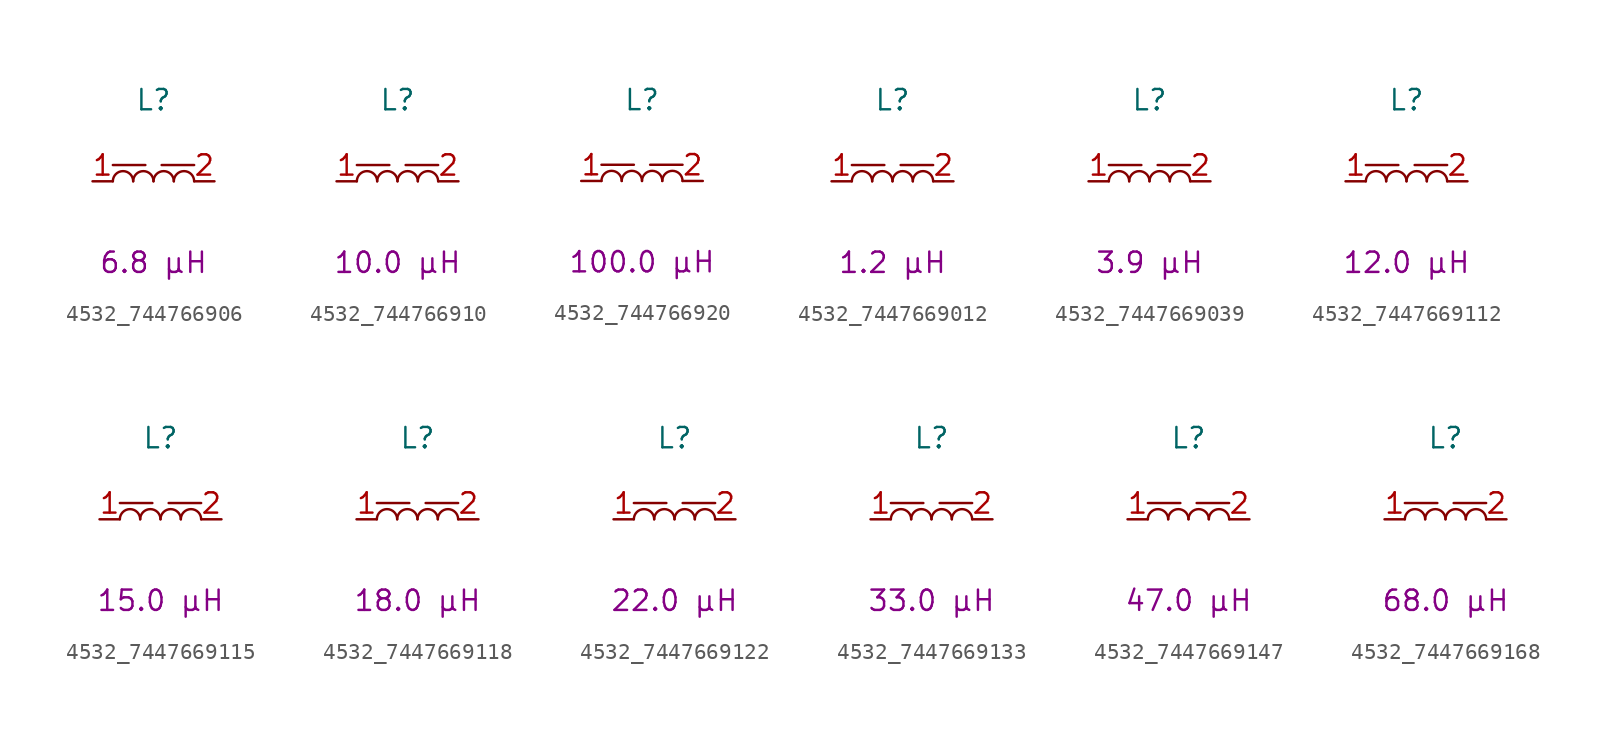
<source format=kicad_sym>
(kicad_symbol_lib
  (version 20220914)
  (generator kicad_symbol_editor)
  (symbol "4532_744766906"
    (pin_names hide)
    (property "Reference" "L"
      (at 0 5.08 0)
      (effects (font (size 1.27 1.27))))
    (property "Critical Parameter" "6.8 µH"
      (at 0 -5.08 0)
      (effects (font (size 1.27 1.27))))
    (symbol "4532_744766906_0_1"
      (arc (start -1.27 0) (mid -1.905 0.6323) (end -2.54 0) (stroke (width 0) (type default)) (fill (type none)))
      (arc (start 0 0) (mid -0.635 0.6323) (end -1.27 0) (stroke (width 0) (type default)) (fill (type none)))
      (polyline (pts (xy -2.54 1.016) (xy -0.508 1.016)) (stroke (width 0) (type default)) (fill (type none)))
      (arc (start 1.27 0) (mid 0.635 0.6323) (end 0 0) (stroke (width 0) (type default)) (fill (type none)))
      (arc (start 2.54 0) (mid 1.905 0.6323) (end 1.27 0) (stroke (width 0) (type default)) (fill (type none))))
    (symbol "4532_744766906_1_1"
      (polyline (pts (xy 2.54 1.016) (xy 0.508 1.016)) (stroke (width 0) (type default)) (fill (type none)))
      (pin passive line (at -3.81 0 0) (length 1.27) (name "1" (effects (font (size 1.27 1.27)))) (number "1" (effects (font (size 1.27 1.27)))))
      (pin passive line (at 3.81 0 180) (length 1.27) (name "2" (effects (font (size 1.27 1.27)))) (number "2" (effects (font (size 1.27 1.27)))))))
  (symbol "4532_744766910"
    (pin_names hide)
    (property "Reference" "L"
      (at 0 5.08 0)
      (effects (font (size 1.27 1.27))))
    (property "Critical Parameter" "10.0 µH"
      (at 0 -5.08 0)
      (effects (font (size 1.27 1.27))))
    (symbol "4532_744766910_0_1"
      (arc (start -1.27 0) (mid -1.905 0.6323) (end -2.54 0) (stroke (width 0) (type default)) (fill (type none)))
      (arc (start 0 0) (mid -0.635 0.6323) (end -1.27 0) (stroke (width 0) (type default)) (fill (type none)))
      (polyline (pts (xy -2.54 1.016) (xy -0.508 1.016)) (stroke (width 0) (type default)) (fill (type none)))
      (arc (start 1.27 0) (mid 0.635 0.6323) (end 0 0) (stroke (width 0) (type default)) (fill (type none)))
      (arc (start 2.54 0) (mid 1.905 0.6323) (end 1.27 0) (stroke (width 0) (type default)) (fill (type none))))
    (symbol "4532_744766910_1_1"
      (polyline (pts (xy 2.54 1.016) (xy 0.508 1.016)) (stroke (width 0) (type default)) (fill (type none)))
      (pin passive line (at -3.81 0 0) (length 1.27) (name "1" (effects (font (size 1.27 1.27)))) (number "1" (effects (font (size 1.27 1.27)))))
      (pin passive line (at 3.81 0 180) (length 1.27) (name "2" (effects (font (size 1.27 1.27)))) (number "2" (effects (font (size 1.27 1.27)))))))
  (symbol "4532_744766920"
    (pin_names hide)
    (property "Reference" "L"
      (at 0 5.08 0)
      (effects (font (size 1.27 1.27))))
    (property "Critical Parameter" "100.0 µH"
      (at 0 -5.08 0)
      (effects (font (size 1.27 1.27))))
    (symbol "4532_744766920_0_1"
      (arc (start -1.27 0) (mid -1.905 0.6323) (end -2.54 0) (stroke (width 0) (type default)) (fill (type none)))
      (arc (start 0 0) (mid -0.635 0.6323) (end -1.27 0) (stroke (width 0) (type default)) (fill (type none)))
      (polyline (pts (xy -2.54 1.016) (xy -0.508 1.016)) (stroke (width 0) (type default)) (fill (type none)))
      (arc (start 1.27 0) (mid 0.635 0.6323) (end 0 0) (stroke (width 0) (type default)) (fill (type none)))
      (arc (start 2.54 0) (mid 1.905 0.6323) (end 1.27 0) (stroke (width 0) (type default)) (fill (type none))))
    (symbol "4532_744766920_1_1"
      (polyline (pts (xy 2.54 1.016) (xy 0.508 1.016)) (stroke (width 0) (type default)) (fill (type none)))
      (pin passive line (at -3.81 0 0) (length 1.27) (name "1" (effects (font (size 1.27 1.27)))) (number "1" (effects (font (size 1.27 1.27)))))
      (pin passive line (at 3.81 0 180) (length 1.27) (name "2" (effects (font (size 1.27 1.27)))) (number "2" (effects (font (size 1.27 1.27)))))))
  (symbol "4532_7447669012"
    (pin_names hide)
    (property "Reference" "L"
      (at 0 5.08 0)
      (effects (font (size 1.27 1.27))))
    (property "Critical Parameter" "1.2 µH"
      (at 0 -5.08 0)
      (effects (font (size 1.27 1.27))))
    (symbol "4532_7447669012_0_1"
      (arc (start -1.27 0) (mid -1.905 0.6323) (end -2.54 0) (stroke (width 0) (type default)) (fill (type none)))
      (arc (start 0 0) (mid -0.635 0.6323) (end -1.27 0) (stroke (width 0) (type default)) (fill (type none)))
      (polyline (pts (xy -2.54 1.016) (xy -0.508 1.016)) (stroke (width 0) (type default)) (fill (type none)))
      (arc (start 1.27 0) (mid 0.635 0.6323) (end 0 0) (stroke (width 0) (type default)) (fill (type none)))
      (arc (start 2.54 0) (mid 1.905 0.6323) (end 1.27 0) (stroke (width 0) (type default)) (fill (type none))))
    (symbol "4532_7447669012_1_1"
      (polyline (pts (xy 2.54 1.016) (xy 0.508 1.016)) (stroke (width 0) (type default)) (fill (type none)))
      (pin passive line (at -3.81 0 0) (length 1.27) (name "1" (effects (font (size 1.27 1.27)))) (number "1" (effects (font (size 1.27 1.27)))))
      (pin passive line (at 3.81 0 180) (length 1.27) (name "2" (effects (font (size 1.27 1.27)))) (number "2" (effects (font (size 1.27 1.27)))))))
  (symbol "4532_7447669039"
    (pin_names hide)
    (property "Reference" "L"
      (at 0 5.08 0)
      (effects (font (size 1.27 1.27))))
    (property "Critical Parameter" "3.9 µH"
      (at 0 -5.08 0)
      (effects (font (size 1.27 1.27))))
    (symbol "4532_7447669039_0_1"
      (arc (start -1.27 0) (mid -1.905 0.6323) (end -2.54 0) (stroke (width 0) (type default)) (fill (type none)))
      (arc (start 0 0) (mid -0.635 0.6323) (end -1.27 0) (stroke (width 0) (type default)) (fill (type none)))
      (polyline (pts (xy -2.54 1.016) (xy -0.508 1.016)) (stroke (width 0) (type default)) (fill (type none)))
      (arc (start 1.27 0) (mid 0.635 0.6323) (end 0 0) (stroke (width 0) (type default)) (fill (type none)))
      (arc (start 2.54 0) (mid 1.905 0.6323) (end 1.27 0) (stroke (width 0) (type default)) (fill (type none))))
    (symbol "4532_7447669039_1_1"
      (polyline (pts (xy 2.54 1.016) (xy 0.508 1.016)) (stroke (width 0) (type default)) (fill (type none)))
      (pin passive line (at -3.81 0 0) (length 1.27) (name "1" (effects (font (size 1.27 1.27)))) (number "1" (effects (font (size 1.27 1.27)))))
      (pin passive line (at 3.81 0 180) (length 1.27) (name "2" (effects (font (size 1.27 1.27)))) (number "2" (effects (font (size 1.27 1.27)))))))
  (symbol "4532_7447669112"
    (pin_names hide)
    (property "Reference" "L"
      (at 0 5.08 0)
      (effects (font (size 1.27 1.27))))
    (property "Critical Parameter" "12.0 µH"
      (at 0 -5.08 0)
      (effects (font (size 1.27 1.27))))
    (symbol "4532_7447669112_0_1"
      (arc (start -1.27 0) (mid -1.905 0.6323) (end -2.54 0) (stroke (width 0) (type default)) (fill (type none)))
      (arc (start 0 0) (mid -0.635 0.6323) (end -1.27 0) (stroke (width 0) (type default)) (fill (type none)))
      (polyline (pts (xy -2.54 1.016) (xy -0.508 1.016)) (stroke (width 0) (type default)) (fill (type none)))
      (arc (start 1.27 0) (mid 0.635 0.6323) (end 0 0) (stroke (width 0) (type default)) (fill (type none)))
      (arc (start 2.54 0) (mid 1.905 0.6323) (end 1.27 0) (stroke (width 0) (type default)) (fill (type none))))
    (symbol "4532_7447669112_1_1"
      (polyline (pts (xy 2.54 1.016) (xy 0.508 1.016)) (stroke (width 0) (type default)) (fill (type none)))
      (pin passive line (at -3.81 0 0) (length 1.27) (name "1" (effects (font (size 1.27 1.27)))) (number "1" (effects (font (size 1.27 1.27)))))
      (pin passive line (at 3.81 0 180) (length 1.27) (name "2" (effects (font (size 1.27 1.27)))) (number "2" (effects (font (size 1.27 1.27)))))))
  (symbol "4532_7447669115"
    (pin_names hide)
    (property "Reference" "L"
      (at 0 5.08 0)
      (effects (font (size 1.27 1.27))))
    (property "Critical Parameter" "15.0 µH"
      (at 0 -5.08 0)
      (effects (font (size 1.27 1.27))))
    (symbol "4532_7447669115_0_1"
      (arc (start -1.27 0) (mid -1.905 0.6323) (end -2.54 0) (stroke (width 0) (type default)) (fill (type none)))
      (arc (start 0 0) (mid -0.635 0.6323) (end -1.27 0) (stroke (width 0) (type default)) (fill (type none)))
      (polyline (pts (xy -2.54 1.016) (xy -0.508 1.016)) (stroke (width 0) (type default)) (fill (type none)))
      (arc (start 1.27 0) (mid 0.635 0.6323) (end 0 0) (stroke (width 0) (type default)) (fill (type none)))
      (arc (start 2.54 0) (mid 1.905 0.6323) (end 1.27 0) (stroke (width 0) (type default)) (fill (type none))))
    (symbol "4532_7447669115_1_1"
      (polyline (pts (xy 2.54 1.016) (xy 0.508 1.016)) (stroke (width 0) (type default)) (fill (type none)))
      (pin passive line (at -3.81 0 0) (length 1.27) (name "1" (effects (font (size 1.27 1.27)))) (number "1" (effects (font (size 1.27 1.27)))))
      (pin passive line (at 3.81 0 180) (length 1.27) (name "2" (effects (font (size 1.27 1.27)))) (number "2" (effects (font (size 1.27 1.27)))))))
  (symbol "4532_7447669118"
    (pin_names hide)
    (property "Reference" "L"
      (at 0 5.08 0)
      (effects (font (size 1.27 1.27))))
    (property "Critical Parameter" "18.0 µH"
      (at 0 -5.08 0)
      (effects (font (size 1.27 1.27))))
    (symbol "4532_7447669118_0_1"
      (arc (start -1.27 0) (mid -1.905 0.6323) (end -2.54 0) (stroke (width 0) (type default)) (fill (type none)))
      (arc (start 0 0) (mid -0.635 0.6323) (end -1.27 0) (stroke (width 0) (type default)) (fill (type none)))
      (polyline (pts (xy -2.54 1.016) (xy -0.508 1.016)) (stroke (width 0) (type default)) (fill (type none)))
      (arc (start 1.27 0) (mid 0.635 0.6323) (end 0 0) (stroke (width 0) (type default)) (fill (type none)))
      (arc (start 2.54 0) (mid 1.905 0.6323) (end 1.27 0) (stroke (width 0) (type default)) (fill (type none))))
    (symbol "4532_7447669118_1_1"
      (polyline (pts (xy 2.54 1.016) (xy 0.508 1.016)) (stroke (width 0) (type default)) (fill (type none)))
      (pin passive line (at -3.81 0 0) (length 1.27) (name "1" (effects (font (size 1.27 1.27)))) (number "1" (effects (font (size 1.27 1.27)))))
      (pin passive line (at 3.81 0 180) (length 1.27) (name "2" (effects (font (size 1.27 1.27)))) (number "2" (effects (font (size 1.27 1.27)))))))
  (symbol "4532_7447669122"
    (pin_names hide)
    (property "Reference" "L"
      (at 0 5.08 0)
      (effects (font (size 1.27 1.27))))
    (property "Critical Parameter" "22.0 µH"
      (at 0 -5.08 0)
      (effects (font (size 1.27 1.27))))
    (symbol "4532_7447669122_0_1"
      (arc (start -1.27 0) (mid -1.905 0.6323) (end -2.54 0) (stroke (width 0) (type default)) (fill (type none)))
      (arc (start 0 0) (mid -0.635 0.6323) (end -1.27 0) (stroke (width 0) (type default)) (fill (type none)))
      (polyline (pts (xy -2.54 1.016) (xy -0.508 1.016)) (stroke (width 0) (type default)) (fill (type none)))
      (arc (start 1.27 0) (mid 0.635 0.6323) (end 0 0) (stroke (width 0) (type default)) (fill (type none)))
      (arc (start 2.54 0) (mid 1.905 0.6323) (end 1.27 0) (stroke (width 0) (type default)) (fill (type none))))
    (symbol "4532_7447669122_1_1"
      (polyline (pts (xy 2.54 1.016) (xy 0.508 1.016)) (stroke (width 0) (type default)) (fill (type none)))
      (pin passive line (at -3.81 0 0) (length 1.27) (name "1" (effects (font (size 1.27 1.27)))) (number "1" (effects (font (size 1.27 1.27)))))
      (pin passive line (at 3.81 0 180) (length 1.27) (name "2" (effects (font (size 1.27 1.27)))) (number "2" (effects (font (size 1.27 1.27)))))))
  (symbol "4532_7447669133"
    (pin_names hide)
    (property "Reference" "L"
      (at 0 5.08 0)
      (effects (font (size 1.27 1.27))))
    (property "Critical Parameter" "33.0 µH"
      (at 0 -5.08 0)
      (effects (font (size 1.27 1.27))))
    (symbol "4532_7447669133_0_1"
      (arc (start -1.27 0) (mid -1.905 0.6323) (end -2.54 0) (stroke (width 0) (type default)) (fill (type none)))
      (arc (start 0 0) (mid -0.635 0.6323) (end -1.27 0) (stroke (width 0) (type default)) (fill (type none)))
      (polyline (pts (xy -2.54 1.016) (xy -0.508 1.016)) (stroke (width 0) (type default)) (fill (type none)))
      (arc (start 1.27 0) (mid 0.635 0.6323) (end 0 0) (stroke (width 0) (type default)) (fill (type none)))
      (arc (start 2.54 0) (mid 1.905 0.6323) (end 1.27 0) (stroke (width 0) (type default)) (fill (type none))))
    (symbol "4532_7447669133_1_1"
      (polyline (pts (xy 2.54 1.016) (xy 0.508 1.016)) (stroke (width 0) (type default)) (fill (type none)))
      (pin passive line (at -3.81 0 0) (length 1.27) (name "1" (effects (font (size 1.27 1.27)))) (number "1" (effects (font (size 1.27 1.27)))))
      (pin passive line (at 3.81 0 180) (length 1.27) (name "2" (effects (font (size 1.27 1.27)))) (number "2" (effects (font (size 1.27 1.27)))))))
  (symbol "4532_7447669147"
    (pin_names hide)
    (property "Reference" "L"
      (at 0 5.08 0)
      (effects (font (size 1.27 1.27))))
    (property "Critical Parameter" "47.0 µH"
      (at 0 -5.08 0)
      (effects (font (size 1.27 1.27))))
    (symbol "4532_7447669147_0_1"
      (arc (start -1.27 0) (mid -1.905 0.6323) (end -2.54 0) (stroke (width 0) (type default)) (fill (type none)))
      (arc (start 0 0) (mid -0.635 0.6323) (end -1.27 0) (stroke (width 0) (type default)) (fill (type none)))
      (polyline (pts (xy -2.54 1.016) (xy -0.508 1.016)) (stroke (width 0) (type default)) (fill (type none)))
      (arc (start 1.27 0) (mid 0.635 0.6323) (end 0 0) (stroke (width 0) (type default)) (fill (type none)))
      (arc (start 2.54 0) (mid 1.905 0.6323) (end 1.27 0) (stroke (width 0) (type default)) (fill (type none))))
    (symbol "4532_7447669147_1_1"
      (polyline (pts (xy 2.54 1.016) (xy 0.508 1.016)) (stroke (width 0) (type default)) (fill (type none)))
      (pin passive line (at -3.81 0 0) (length 1.27) (name "1" (effects (font (size 1.27 1.27)))) (number "1" (effects (font (size 1.27 1.27)))))
      (pin passive line (at 3.81 0 180) (length 1.27) (name "2" (effects (font (size 1.27 1.27)))) (number "2" (effects (font (size 1.27 1.27)))))))
  (symbol "4532_7447669168"
    (pin_names hide)
    (property "Reference" "L"
      (at 0 5.08 0)
      (effects (font (size 1.27 1.27))))
    (property "Critical Parameter" "68.0 µH"
      (at 0 -5.08 0)
      (effects (font (size 1.27 1.27))))
    (symbol "4532_7447669168_0_1"
      (arc (start -1.27 0) (mid -1.905 0.6323) (end -2.54 0) (stroke (width 0) (type default)) (fill (type none)))
      (arc (start 0 0) (mid -0.635 0.6323) (end -1.27 0) (stroke (width 0) (type default)) (fill (type none)))
      (polyline (pts (xy -2.54 1.016) (xy -0.508 1.016)) (stroke (width 0) (type default)) (fill (type none)))
      (arc (start 1.27 0) (mid 0.635 0.6323) (end 0 0) (stroke (width 0) (type default)) (fill (type none)))
      (arc (start 2.54 0) (mid 1.905 0.6323) (end 1.27 0) (stroke (width 0) (type default)) (fill (type none))))
    (symbol "4532_7447669168_1_1"
      (polyline (pts (xy 2.54 1.016) (xy 0.508 1.016)) (stroke (width 0) (type default)) (fill (type none)))
      (pin passive line (at -3.81 0 0) (length 1.27) (name "1" (effects (font (size 1.27 1.27)))) (number "1" (effects (font (size 1.27 1.27)))))
      (pin passive line (at 3.81 0 180) (length 1.27) (name "2" (effects (font (size 1.27 1.27)))) (number "2" (effects (font (size 1.27 1.27))))))))
</source>
